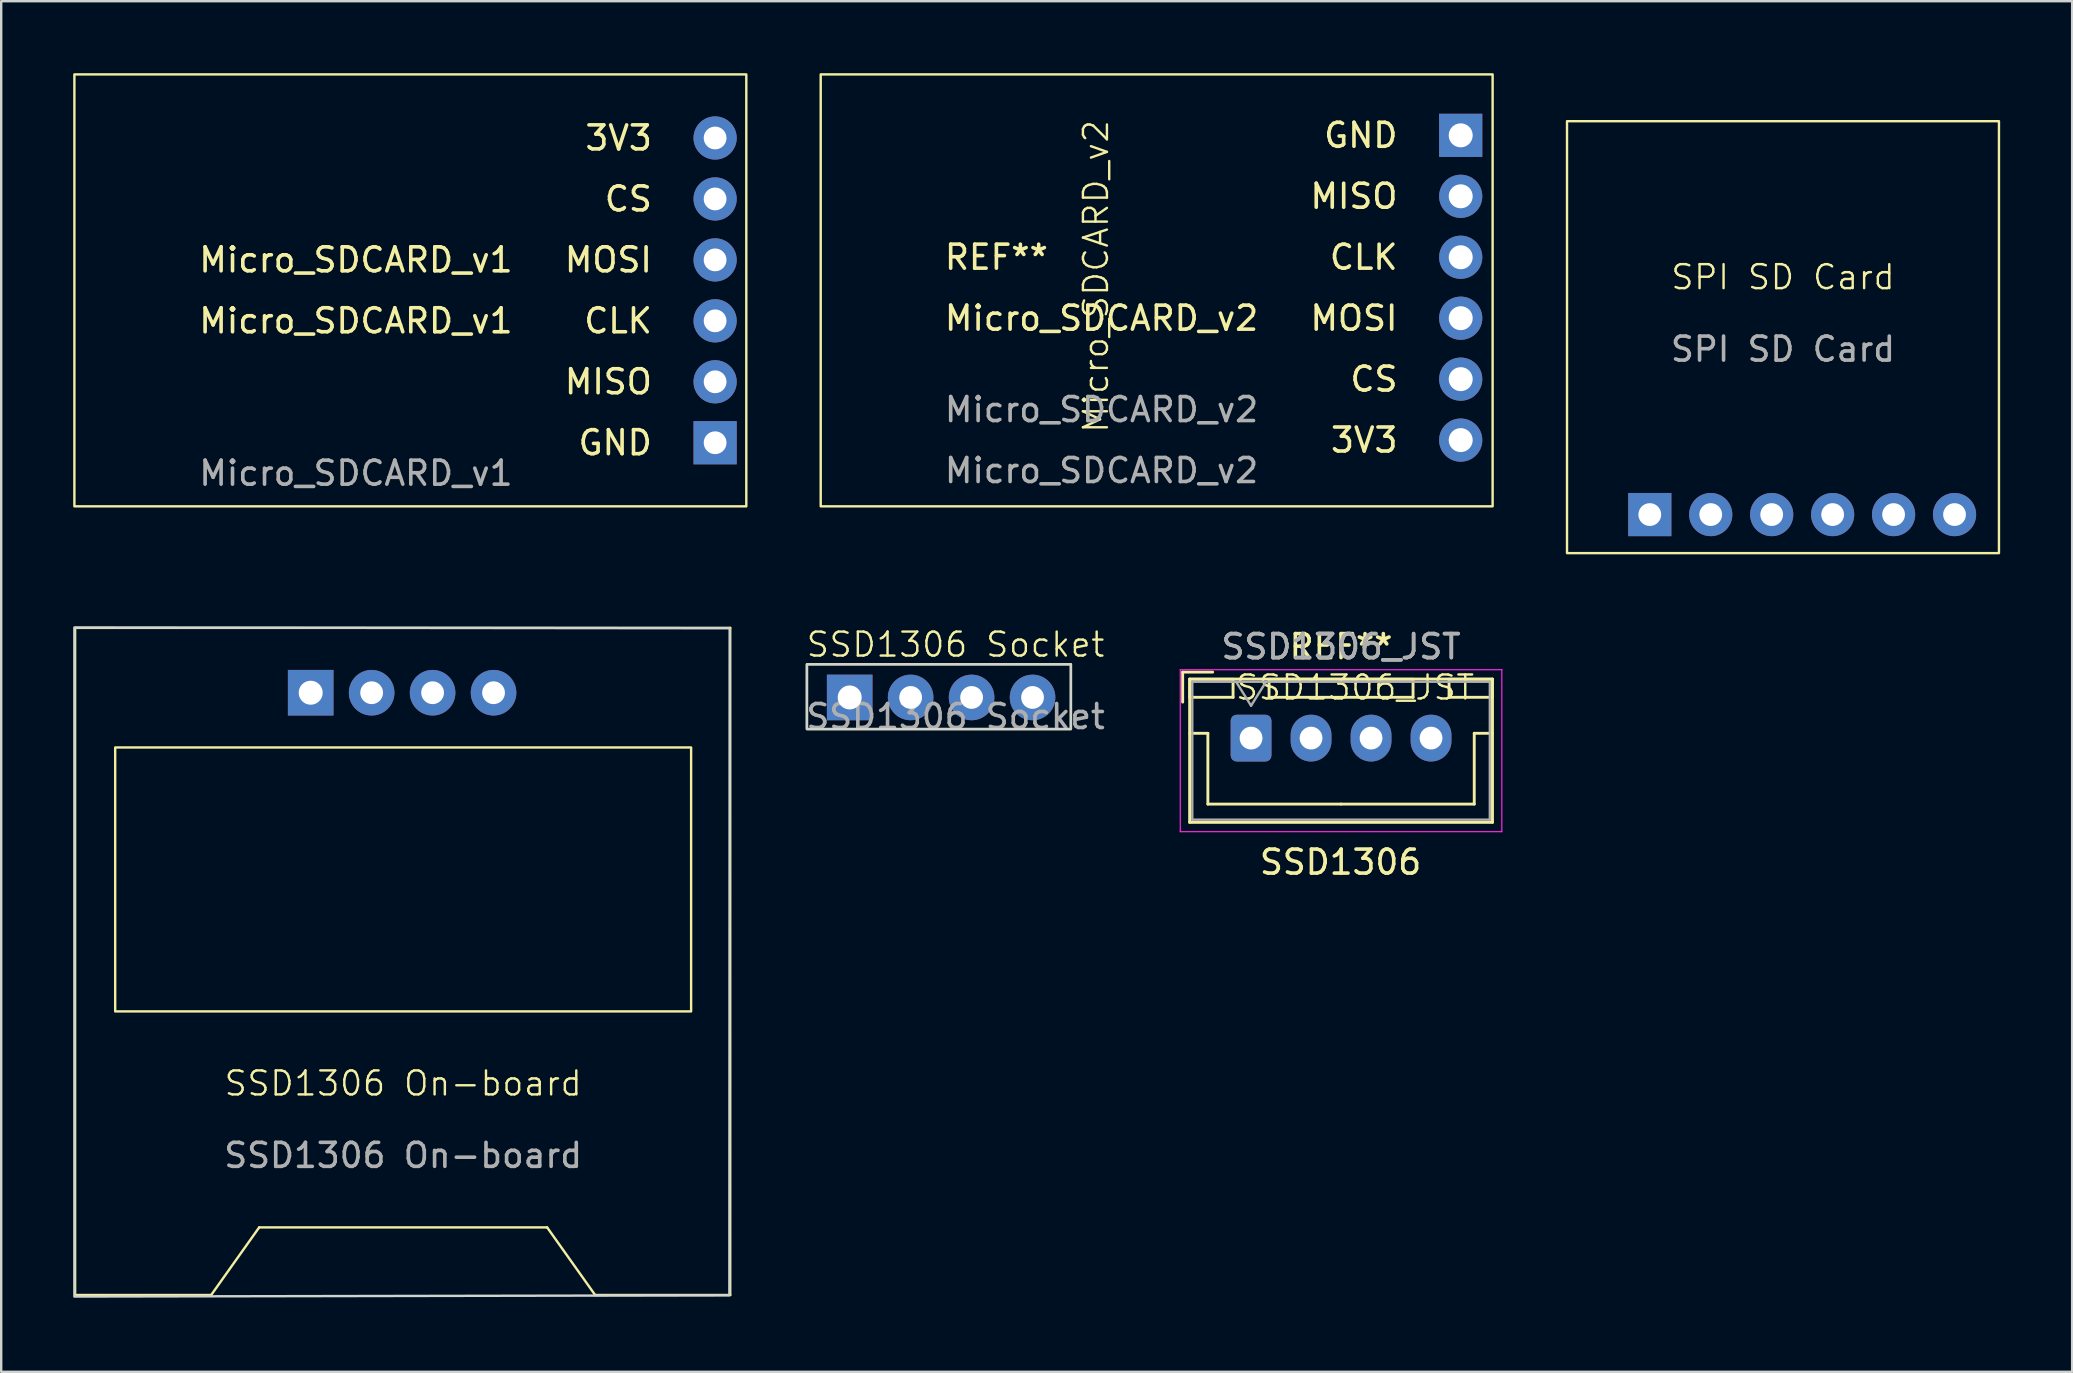
<source format=kicad_pcb>
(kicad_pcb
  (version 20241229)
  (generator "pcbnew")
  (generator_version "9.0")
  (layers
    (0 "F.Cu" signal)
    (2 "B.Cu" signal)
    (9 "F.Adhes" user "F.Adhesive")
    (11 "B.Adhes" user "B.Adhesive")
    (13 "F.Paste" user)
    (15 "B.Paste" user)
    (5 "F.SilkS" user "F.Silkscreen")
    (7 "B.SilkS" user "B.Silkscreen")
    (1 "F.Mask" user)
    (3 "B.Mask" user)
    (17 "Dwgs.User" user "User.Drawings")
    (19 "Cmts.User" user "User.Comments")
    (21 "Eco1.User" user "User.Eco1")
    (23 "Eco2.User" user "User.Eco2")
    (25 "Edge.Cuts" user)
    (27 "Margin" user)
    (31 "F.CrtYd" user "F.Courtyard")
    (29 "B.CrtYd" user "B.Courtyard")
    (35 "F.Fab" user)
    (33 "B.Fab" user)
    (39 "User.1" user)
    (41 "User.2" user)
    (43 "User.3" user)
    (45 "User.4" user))
  (footprint "Micro_SDCARD_v2"
    (layer "F.Cu")
    (at 45.12 8.94)
    (property "Reference" "Micro_SDCARD_v2" (at -2.5 -0.471 90) (unlocked yes) (layer "F.SilkS") (effects (font (size 1 1) (thickness 0.1))))
    (attr smd)
    (fp_rect (start -13.97 -8.89) (end 14.03 9.11) (stroke (width 0.1) (type default)) (fill no) (layer "F.SilkS"))
    (fp_text user "MOSI" (at 10.16 1.27 0) (unlocked yes) (layer "F.SilkS") (effects (font (size 1 1) (thickness 0.15)) (justify right)))
    (fp_text user "CS" (at 10.16 3.81 0) (unlocked yes) (layer "F.SilkS") (effects (font (size 1 1) (thickness 0.15)) (justify right)))
    (fp_text user "Micro_SDCARD_v2" (at -8.89 1.27 0) (unlocked yes) (layer "F.SilkS") (effects (font (size 1 1) (thickness 0.15)) (justify left)))
    (fp_text user "CLK" (at 10.16 -1.27 0) (unlocked yes) (layer "F.SilkS") (effects (font (size 1 1) (thickness 0.15)) (justify right)))
    (fp_text user "3V3" (at 10.16 6.35 0) (unlocked yes) (layer "F.SilkS") (effects (font (size 1 1) (thickness 0.15)) (justify right)))
    (fp_text user "GND" (at 10.16 -6.35 0) (unlocked yes) (layer "F.SilkS") (effects (font (size 1 1) (thickness 0.15)) (justify right)))
    (fp_text user "MISO" (at 10.16 -3.81 0) (unlocked yes) (layer "F.SilkS") (effects (font (size 1 1) (thickness 0.15)) (justify right)))
    (fp_text user "REF**" (at -8.89 -1.27 0) (unlocked yes) (layer "F.SilkS") (effects (font (size 1 1) (thickness 0.15)) (justify left)))
    (fp_text user "${REFERENCE}" (at -8.89 7.62 0) (unlocked yes) (layer "F.Fab") (effects (font (size 1 1) (thickness 0.15)) (justify left)))
    (fp_text user "Micro_SDCARD_v2" (at -8.89 5.08 0) (unlocked yes) (layer "F.Fab") (effects (font (size 1 1) (thickness 0.15)) (justify left)))
    (pad "1" thru_hole rect (at 12.7 -6.35 270) (size 1.8 1.8) (drill 1) (layers "*.Cu" "*.Mask"))
    (pad "2" thru_hole circle (at 12.7 -3.81 270) (size 1.8 1.8) (drill 1) (layers "*.Cu" "*.Mask"))
    (pad "3" thru_hole circle (at 12.7 -1.27 270) (size 1.8 1.8) (drill 1) (layers "*.Cu" "*.Mask"))
    (pad "4" thru_hole circle (at 12.7 1.27 270) (size 1.8 1.8) (drill 1) (layers "*.Cu" "*.Mask"))
    (pad "5" thru_hole circle (at 12.7 3.81 270) (size 1.8 1.8) (drill 1) (layers "*.Cu" "*.Mask"))
    (pad "6" thru_hole circle (at 12.7 6.35 270) (size 1.8 1.8) (drill 1) (layers "*.Cu" "*.Mask")))
  (footprint "SSD1306_JST"
    (layer "F.Cu")
    (at 52.814 27.798)
    (property "Reference" "SSD1306_JST" (at 0.6 -2.2 0) (unlocked yes) (layer "F.SilkS") (effects (font (size 1 1) (thickness 0.1))))
    (attr smd)
    (fp_line (start -6.58 -2.84) (end -6.58 -1.59) (stroke (width 0.12) (type solid)) (layer "F.SilkS"))
    (fp_line (start -6.29 -2.55) (end -6.29 3.42) (stroke (width 0.12) (type solid)) (layer "F.SilkS"))
    (fp_line (start -6.29 3.42) (end 6.33 3.42) (stroke (width 0.12) (type solid)) (layer "F.SilkS"))
    (fp_line (start -6.28 -2.54) (end -6.28 -1.79) (stroke (width 0.12) (type solid)) (layer "F.SilkS"))
    (fp_line (start -6.28 -1.79) (end -4.48 -1.79) (stroke (width 0.12) (type solid)) (layer "F.SilkS"))
    (fp_line (start -6.28 -0.29) (end -5.53 -0.29) (stroke (width 0.12) (type solid)) (layer "F.SilkS"))
    (fp_line (start -5.53 -0.29) (end -5.53 2.66) (stroke (width 0.12) (type solid)) (layer "F.SilkS"))
    (fp_line (start -5.53 2.66) (end 0.02 2.66) (stroke (width 0.12) (type solid)) (layer "F.SilkS"))
    (fp_line (start -5.33 -2.84) (end -6.58 -2.84) (stroke (width 0.12) (type solid)) (layer "F.SilkS"))
    (fp_line (start -4.48 -2.54) (end -6.28 -2.54) (stroke (width 0.12) (type solid)) (layer "F.SilkS"))
    (fp_line (start -4.48 -1.79) (end -4.48 -2.54) (stroke (width 0.12) (type solid)) (layer "F.SilkS"))
    (fp_line (start -2.98 -2.54) (end -2.98 -1.79) (stroke (width 0.12) (type solid)) (layer "F.SilkS"))
    (fp_line (start -2.98 -1.79) (end 3.02 -1.79) (stroke (width 0.12) (type solid)) (layer "F.SilkS"))
    (fp_line (start 3.02 -2.54) (end -2.98 -2.54) (stroke (width 0.12) (type solid)) (layer "F.SilkS"))
    (fp_line (start 3.02 -1.79) (end 3.02 -2.54) (stroke (width 0.12) (type solid)) (layer "F.SilkS"))
    (fp_line (start 4.52 -2.54) (end 4.52 -1.79) (stroke (width 0.12) (type solid)) (layer "F.SilkS"))
    (fp_line (start 4.52 -1.79) (end 6.32 -1.79) (stroke (width 0.12) (type solid)) (layer "F.SilkS"))
    (fp_line (start 5.57 -0.29) (end 5.57 2.66) (stroke (width 0.12) (type solid)) (layer "F.SilkS"))
    (fp_line (start 5.57 2.66) (end 0.02 2.66) (stroke (width 0.12) (type solid)) (layer "F.SilkS"))
    (fp_line (start 6.32 -2.54) (end 4.52 -2.54) (stroke (width 0.12) (type solid)) (layer "F.SilkS"))
    (fp_line (start 6.32 -1.79) (end 6.32 -2.54) (stroke (width 0.12) (type solid)) (layer "F.SilkS"))
    (fp_line (start 6.32 -0.29) (end 5.57 -0.29) (stroke (width 0.12) (type solid)) (layer "F.SilkS"))
    (fp_line (start 6.33 -2.55) (end -6.29 -2.55) (stroke (width 0.12) (type solid)) (layer "F.SilkS"))
    (fp_line (start 6.33 3.42) (end 6.33 -2.55) (stroke (width 0.12) (type solid)) (layer "F.SilkS"))
    (fp_line (start -6.68 -2.94) (end -6.68 3.81) (stroke (width 0.05) (type solid)) (layer "F.CrtYd"))
    (fp_line (start -6.68 3.81) (end 6.72 3.81) (stroke (width 0.05) (type solid)) (layer "F.CrtYd"))
    (fp_line (start 6.72 -2.94) (end -6.68 -2.94) (stroke (width 0.05) (type solid)) (layer "F.CrtYd"))
    (fp_line (start 6.72 3.81) (end 6.72 -2.94) (stroke (width 0.05) (type solid)) (layer "F.CrtYd"))
    (fp_line (start -6.18 -2.44) (end -6.18 3.31) (stroke (width 0.1) (type solid)) (layer "F.Fab"))
    (fp_line (start -6.18 3.31) (end 6.22 3.31) (stroke (width 0.1) (type solid)) (layer "F.Fab"))
    (fp_line (start -4.355 -2.44) (end -3.73 -1.44) (stroke (width 0.1) (type solid)) (layer "F.Fab"))
    (fp_line (start -3.73 -1.44) (end -3.105 -2.44) (stroke (width 0.1) (type solid)) (layer "F.Fab"))
    (fp_line (start 6.22 -2.44) (end -6.18 -2.44) (stroke (width 0.1) (type solid)) (layer "F.Fab"))
    (fp_line (start 6.22 3.31) (end 6.22 -2.44) (stroke (width 0.1) (type solid)) (layer "F.Fab"))
    (fp_text user "SSD1306" (at 0 5.08 0) (unlocked yes) (layer "F.SilkS") (effects (font (size 1 1) (thickness 0.15))))
    (fp_text user "REF**" (at 0.02 -3.9 0) (unlocked yes) (layer "F.SilkS") (effects (font (size 1 1) (thickness 0.15))))
    (fp_text user "${REFERENCE}" (at 0.02 -3.9 0) (unlocked yes) (layer "F.Fab") (effects (font (size 1 1) (thickness 0.15))))
    (fp_text user "SSD1306_JST" (at 0.02 -3.9 0) (unlocked yes) (layer "F.Fab") (effects (font (size 1 1) (thickness 0.15))))
    (pad "1" thru_hole roundrect (at -3.73 -0.09) (size 1.7 1.95) (drill 0.95) (layers "*.Cu" "*.Mask") (roundrect_rratio 0.147))
    (pad "2" thru_hole oval (at -1.23 -0.09) (size 1.7 1.95) (drill 0.95) (layers "*.Cu" "*.Mask"))
    (pad "3" thru_hole oval (at 1.27 -0.09) (size 1.7 1.95) (drill 0.95) (layers "*.Cu" "*.Mask"))
    (pad "4" thru_hole oval (at 3.77 -0.09) (size 1.7 1.95) (drill 0.95) (layers "*.Cu" "*.Mask")))
  (footprint "Micro_SDCARD_v1"
    (layer "F.Cu")
    (at 14.05 9.05)
    (property "Reference" "Micro_SDCARD_v1" (at -8.89 -1.27 0) (unlocked yes) (layer "F.SilkS") (effects (font (size 1 1) (thickness 0.15)) (justify left)))
    (attr smd)
    (fp_rect (start -14 -9) (end 14 9) (stroke (width 0.1) (type default)) (fill no) (layer "F.SilkS"))
    (fp_text user "MISO" (at 10.16 3.81 0) (unlocked yes) (layer "F.SilkS") (effects (font (size 1 1) (thickness 0.15)) (justify right)))
    (fp_text user "MOSI" (at 10.16 -1.27 0) (unlocked yes) (layer "F.SilkS") (effects (font (size 1 1) (thickness 0.15)) (justify right)))
    (fp_text user "GND" (at 10.16 6.35 0) (unlocked yes) (layer "F.SilkS") (effects (font (size 1 1) (thickness 0.15)) (justify right)))
    (fp_text user "3V3" (at 10.16 -6.35 0) (unlocked yes) (layer "F.SilkS") (effects (font (size 1 1) (thickness 0.15)) (justify right)))
    (fp_text user "CLK" (at 10.16 1.27 0) (unlocked yes) (layer "F.SilkS") (effects (font (size 1 1) (thickness 0.15)) (justify right)))
    (fp_text user "CS" (at 10.16 -3.81 0) (unlocked yes) (layer "F.SilkS") (effects (font (size 1 1) (thickness 0.15)) (justify right)))
    (fp_text user "Micro_SDCARD_v1" (at -8.89 1.27 0) (unlocked yes) (layer "F.SilkS") (effects (font (size 1 1) (thickness 0.15)) (justify left)))
    (fp_text user "${REFERENCE}" (at -8.89 7.62 0) (unlocked yes) (layer "F.Fab") (effects (font (size 1 1) (thickness 0.15)) (justify left)))
    (pad "1" thru_hole rect (at 12.7 6.35 90) (size 1.8 1.8) (drill 0.95) (layers "*.Cu" "*.Mask"))
    (pad "2" thru_hole circle (at 12.7 3.81 90) (size 1.8 1.8) (drill 0.95) (layers "*.Cu" "*.Mask"))
    (pad "3" thru_hole circle (at 12.7 1.27 90) (size 1.8 1.8) (drill 0.95) (layers "*.Cu" "*.Mask"))
    (pad "4" thru_hole circle (at 12.7 -1.27 90) (size 1.8 1.8) (drill 0.95) (layers "*.Cu" "*.Mask"))
    (pad "5" thru_hole circle (at 12.7 -3.81 90) (size 1.8 1.8) (drill 0.95) (layers "*.Cu" "*.Mask"))
    (pad "6" thru_hole circle (at 12.7 -6.35 90) (size 1.8 1.8) (drill 0.95) (layers "*.Cu" "*.Mask")))
  (footprint "SSD1306 Socket"
    (layer "F.Cu")
    (at 36.169 26.011)
    (property "Reference" "SSD1306 Socket" (at 0.6 -2.2 0) (unlocked yes) (layer "F.SilkS") (effects (font (size 1 1) (thickness 0.1))))
    (attr smd)
    (fp_rect (start -5.593 -1.38) (end 5.407 1.32) (stroke (width 0.1) (type default)) (fill no) (layer "F.SilkS"))
    (fp_rect (start -5.593 -1.38) (end 5.407 1.32) (stroke (width 0.1) (type default)) (fill no) (layer "Edge.Cuts"))
    (fp_text user "${REFERENCE}" (at 0.6 0.8 0) (unlocked yes) (layer "F.Fab") (effects (font (size 1 1) (thickness 0.15))))
    (pad "1" thru_hole rect (at -3.811 0.003) (size 1.9 1.9) (drill 1) (layers "*.Cu" "*.Mask"))
    (pad "2" thru_hole circle (at -1.271 0.003) (size 1.9 1.9) (drill 0.95) (layers "*.Cu" "*.Mask"))
    (pad "3" thru_hole circle (at 1.269 0.003) (size 1.9 1.9) (drill 0.95) (layers "*.Cu" "*.Mask"))
    (pad "4" thru_hole circle (at 3.809 0.003) (size 1.9 1.9) (drill 0.95) (layers "*.Cu" "*.Mask"))
    (zone (net_name "") (layer "F.CrtYd") (hatch edge 0.5) (connect_pads) (min_thickness 0.25) (filled_areas_thickness no) (keepout (tracks not_allowed) (vias not_allowed) (pads not_allowed) (copperpour allowed) (footprints not_allowed)) (placement (enabled no)) (fill) (polygon (pts (xy 30.576 24.63) (xy 41.576 24.63) (xy 41.576 27.33) (xy 30.576 27.33)))))
  (footprint "SPI SD Card"
    (layer "F.Cu")
    (at 71.25 11)
    (property "Reference" "SPI SD Card" (at 0 -2.5 0) (unlocked yes) (layer "F.SilkS") (effects (font (size 1 1) (thickness 0.1))))
    (attr smd)
    (fp_rect (start -9 -9) (end 9 9) (stroke (width 0.1) (type default)) (fill no) (layer "F.SilkS"))
    (fp_text user "${REFERENCE}" (at 0 0.5 0) (unlocked yes) (layer "F.Fab") (effects (font (size 1 1) (thickness 0.15))))
    (pad "1" thru_hole rect (at -5.551 7.393) (size 1.8 1.8) (drill 0.95) (layers "*.Cu" "*.Mask"))
    (pad "2" thru_hole circle (at -3.011 7.393) (size 1.8 1.8) (drill 0.95) (layers "*.Cu" "*.Mask"))
    (pad "3" thru_hole circle (at -0.471 7.393) (size 1.8 1.8) (drill 0.95) (layers "*.Cu" "*.Mask"))
    (pad "4" thru_hole circle (at 2.069 7.393) (size 1.8 1.8) (drill 0.95) (layers "*.Cu" "*.Mask"))
    (pad "5" thru_hole circle (at 4.609 7.393) (size 1.8 1.8) (drill 0.95) (layers "*.Cu" "*.Mask"))
    (pad "6" thru_hole circle (at 7.149 7.393) (size 1.8 1.8) (drill 0.95) (layers "*.Cu" "*.Mask"))
    (zone (net_name "") (layer "F.CrtYd") (hatch edge 0.5) (connect_pads) (min_thickness 0.25) (filled_areas_thickness no) (keepout (tracks allowed) (vias allowed) (pads not_allowed) (copperpour allowed) (footprints not_allowed)) (placement (enabled no)) (fill) (polygon (pts (xy 62.25 0) (xy 80.25 0) (xy 80.25 20) (xy 62.25 20)))))
  (footprint "SSD1306 On-board"
    (layer "F.Cu")
    (at 13.75 37.098)
    (property "Reference" "SSD1306 On-board" (at 0 5 0) (unlocked yes) (layer "F.SilkS") (effects (font (size 1 1) (thickness 0.1))))
    (attr smd)
    (fp_line (start -13.67 -13.983) (end 13.63 -13.983) (stroke (width 0.1) (type default)) (layer "F.SilkS"))
    (fp_line (start -13.67 13.817) (end -13.67 -13.983) (stroke (width 0.1) (type default)) (layer "F.SilkS"))
    (fp_line (start -13.67 13.817) (end -8 13.817) (stroke (width 0.1) (type default)) (layer "F.SilkS"))
    (fp_line (start -8 13.817) (end -6 11) (stroke (width 0.1) (type default)) (layer "F.SilkS"))
    (fp_line (start -6 11) (end 6 11) (stroke (width 0.1) (type default)) (layer "F.SilkS"))
    (fp_line (start 6 11) (end 8 13.817) (stroke (width 0.1) (type default)) (layer "F.SilkS"))
    (fp_line (start 13.63 -13.983) (end 13.63 13.817) (stroke (width 0.1) (type default)) (layer "F.SilkS"))
    (fp_line (start 13.63 13.817) (end 8 13.817) (stroke (width 0.1) (type default)) (layer "F.SilkS"))
    (fp_rect (start -12 -9) (end 12 2) (stroke (width 0.1) (type default)) (fill no) (layer "F.SilkS"))
    (fp_poly (pts (xy -13.7 -13.998) (xy 13.606 -13.969) (xy 13.594 13.831) (xy -13.7 13.882)) (stroke (width 0.1) (type solid)) (fill no) (layer "Edge.Cuts"))
    (fp_text user "${REFERENCE}" (at 0 8 0) (unlocked yes) (layer "F.Fab") (effects (font (size 1 1) (thickness 0.15))))
    (pad "1" thru_hole rect (at -3.853 -11.281) (size 1.9 1.9) (drill 1) (layers "*.Cu" "*.Mask"))
    (pad "2" thru_hole circle (at -1.313 -11.281) (size 1.9 1.9) (drill 0.95) (layers "*.Cu" "*.Mask"))
    (pad "3" thru_hole circle (at 1.227 -11.281) (size 1.9 1.9) (drill 0.95) (layers "*.Cu" "*.Mask"))
    (pad "4" thru_hole circle (at 3.767 -11.281) (size 1.9 1.9) (drill 0.95) (layers "*.Cu" "*.Mask"))
    (zone (net_name "") (layer "F.CrtYd") (hatch edge 0.5) (connect_pads) (min_thickness 0.25) (filled_areas_thickness no) (keepout (tracks allowed) (vias allowed) (pads not_allowed) (copperpour allowed) (footprints not_allowed)) (placement (enabled no)) (fill) (polygon (pts (xy 0.08 23.235) (xy 27.386 23.264) (xy 27.375 51.063) (xy 0.08 51.115)))))
  (gr_rect
    (start -3 -3)
    (end 83.3 54.115)
    (stroke (width 0.1) (type default))
    (fill no)
    (layer "Edge.Cuts")))
</source>
